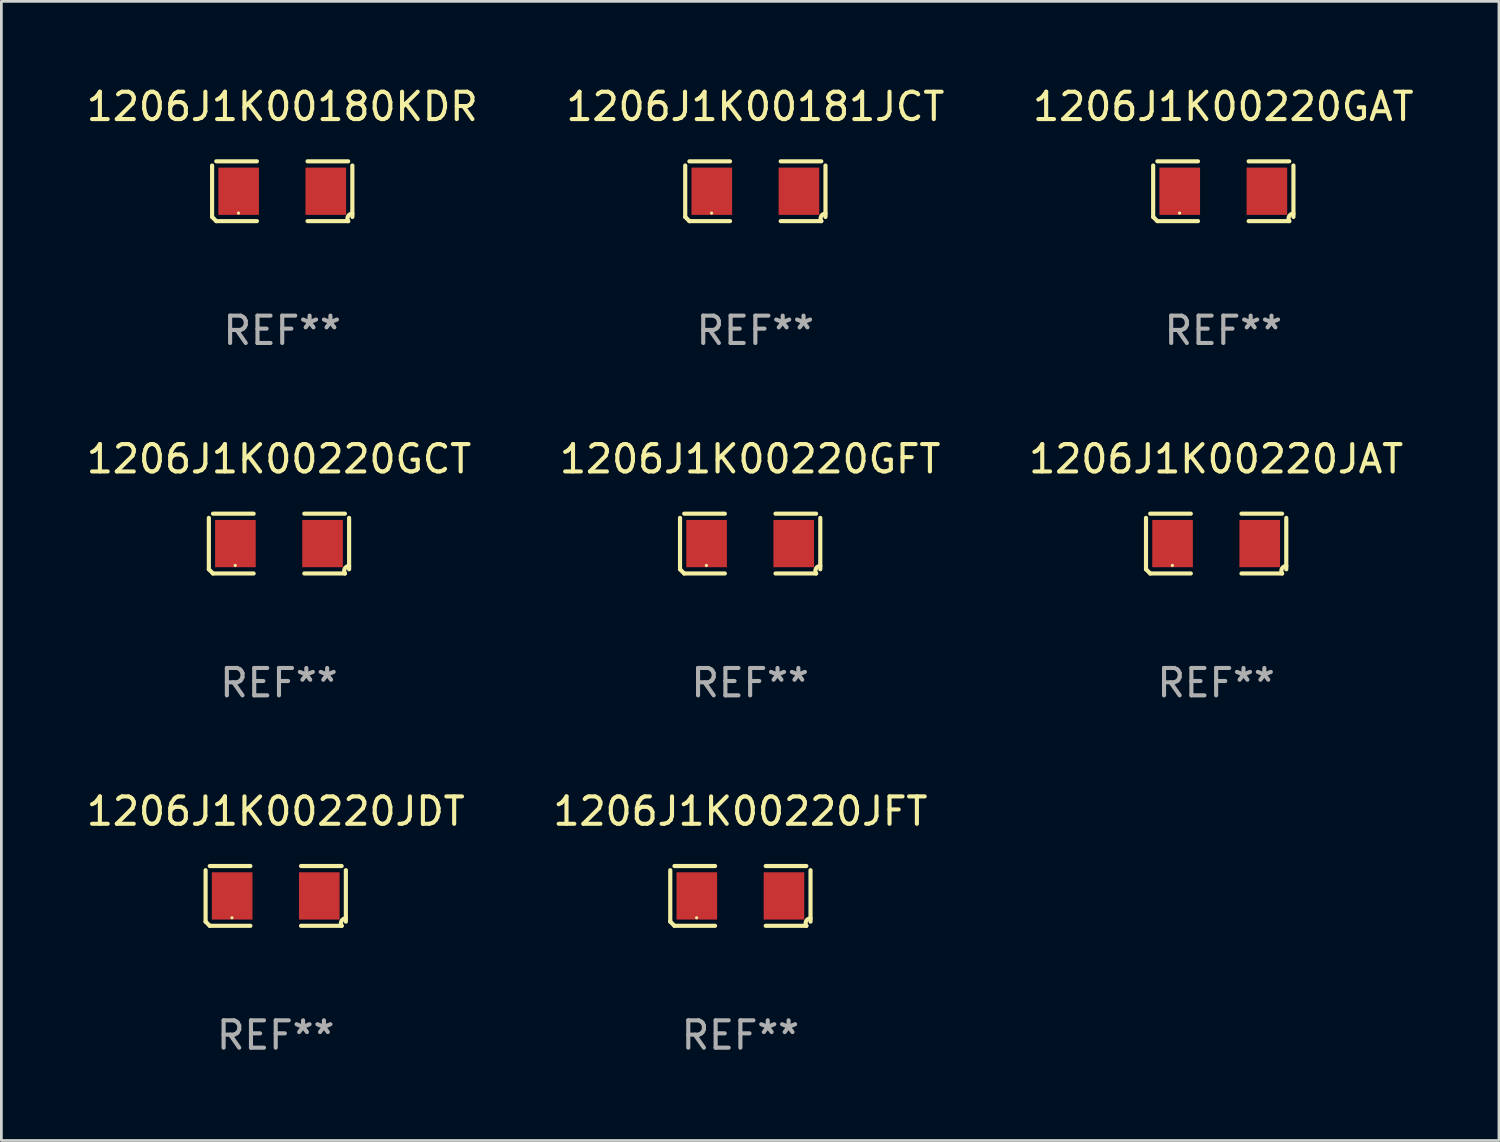
<source format=kicad_pcb>
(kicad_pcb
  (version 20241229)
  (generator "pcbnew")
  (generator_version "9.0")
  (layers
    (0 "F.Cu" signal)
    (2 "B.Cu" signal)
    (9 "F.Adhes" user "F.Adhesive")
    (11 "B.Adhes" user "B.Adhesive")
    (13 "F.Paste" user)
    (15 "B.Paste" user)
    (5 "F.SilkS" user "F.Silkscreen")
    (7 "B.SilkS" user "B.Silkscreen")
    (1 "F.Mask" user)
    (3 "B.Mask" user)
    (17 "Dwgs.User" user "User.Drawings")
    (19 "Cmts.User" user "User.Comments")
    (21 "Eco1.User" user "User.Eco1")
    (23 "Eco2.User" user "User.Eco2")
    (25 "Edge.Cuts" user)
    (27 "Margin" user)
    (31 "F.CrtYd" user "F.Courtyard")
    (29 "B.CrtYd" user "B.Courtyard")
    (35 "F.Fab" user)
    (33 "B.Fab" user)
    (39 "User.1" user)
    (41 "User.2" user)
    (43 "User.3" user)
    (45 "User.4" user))
  (footprint "1206J1K00220GCT"
    (layer "F.Cu")
    (at 7.149 16.823)
    (property "Reference" "1206J1K00220GCT" (at 0 -3.093 0) (layer "F.SilkS") (effects (font (size 1 1) (thickness 0.15))))
    (attr through_hole)
    (fp_line (start -2.564 0.94) (end -2.564 -0.94) (stroke (width 0.152) (type solid)) (layer "F.SilkS"))
    (fp_line (start -2.411 -1.093) (end -0.926 -1.093) (stroke (width 0.152) (type solid)) (layer "F.SilkS"))
    (fp_line (start -0.926 1.093) (end -2.411 1.093) (stroke (width 0.152) (type solid)) (layer "F.SilkS"))
    (fp_line (start 0.926 1.093) (end 2.411 1.093) (stroke (width 0.152) (type solid)) (layer "F.SilkS"))
    (fp_line (start 2.411 -1.093) (end 0.926 -1.093) (stroke (width 0.152) (type solid)) (layer "F.SilkS"))
    (fp_line (start 2.564 0.94) (end 2.564 -0.94) (stroke (width 0.152) (type solid)) (layer "F.SilkS"))
    (fp_arc (start -2.411201 1.092609) (mid -2.487413 1.01642) (end -2.563602 0.940208) (stroke (width 0.1524) (type solid)) (layer "F.SilkS"))
    (fp_arc (start 2.411201 1.092609) (mid 2.407159 0.911226) (end 2.563602 0.819347) (stroke (width 0.1524) (type solid)) (layer "F.SilkS"))
    (fp_circle (center -1.6 0.8) (end -1.57 0.8) (stroke (width 0.06) (type solid)) (fill no) (layer "F.SilkS"))
    (fp_text user "REF**" (at 0 5.093 0) (layer "F.Fab") (effects (font (size 1 1) (thickness 0.15))))
    (pad "1" smd rect (at -1.593 0) (size 1.485 1.728) (layers "F.Cu" "F.Mask" "F.Paste"))
    (pad "2" smd rect (at 1.593 0) (size 1.485 1.728) (layers "F.Cu" "F.Mask" "F.Paste")))
  (footprint "1206J1K00220GAT"
    (layer "F.Cu")
    (at 41.673 3.941)
    (property "Reference" "1206J1K00220GAT" (at 0 -3.093 0) (layer "F.SilkS") (effects (font (size 1 1) (thickness 0.15))))
    (attr through_hole)
    (fp_line (start -2.564 0.94) (end -2.564 -0.94) (stroke (width 0.152) (type solid)) (layer "F.SilkS"))
    (fp_line (start -2.411 -1.093) (end -0.926 -1.093) (stroke (width 0.152) (type solid)) (layer "F.SilkS"))
    (fp_line (start -0.926 1.093) (end -2.411 1.093) (stroke (width 0.152) (type solid)) (layer "F.SilkS"))
    (fp_line (start 0.926 1.093) (end 2.411 1.093) (stroke (width 0.152) (type solid)) (layer "F.SilkS"))
    (fp_line (start 2.411 -1.093) (end 0.926 -1.093) (stroke (width 0.152) (type solid)) (layer "F.SilkS"))
    (fp_line (start 2.564 0.94) (end 2.564 -0.94) (stroke (width 0.152) (type solid)) (layer "F.SilkS"))
    (fp_arc (start -2.411201 1.092609) (mid -2.487413 1.01642) (end -2.563602 0.940208) (stroke (width 0.1524) (type solid)) (layer "F.SilkS"))
    (fp_arc (start 2.411201 1.092609) (mid 2.407159 0.911226) (end 2.563602 0.819347) (stroke (width 0.1524) (type solid)) (layer "F.SilkS"))
    (fp_circle (center -1.6 0.8) (end -1.57 0.8) (stroke (width 0.06) (type solid)) (fill no) (layer "F.SilkS"))
    (fp_text user "REF**" (at 0 5.093 0) (layer "F.Fab") (effects (font (size 1 1) (thickness 0.15))))
    (pad "1" smd rect (at -1.593 0) (size 1.485 1.728) (layers "F.Cu" "F.Mask" "F.Paste"))
    (pad "2" smd rect (at 1.593 0) (size 1.485 1.728) (layers "F.Cu" "F.Mask" "F.Paste")))
  (footprint "1206J1K00181JCT"
    (layer "F.Cu")
    (at 24.565 3.941)
    (property "Reference" "1206J1K00181JCT" (at 0 -3.093 0) (layer "F.SilkS") (effects (font (size 1 1) (thickness 0.15))))
    (attr through_hole)
    (fp_line (start -2.564 0.94) (end -2.564 -0.94) (stroke (width 0.152) (type solid)) (layer "F.SilkS"))
    (fp_line (start -2.411 -1.093) (end -0.926 -1.093) (stroke (width 0.152) (type solid)) (layer "F.SilkS"))
    (fp_line (start -0.926 1.093) (end -2.411 1.093) (stroke (width 0.152) (type solid)) (layer "F.SilkS"))
    (fp_line (start 0.926 1.093) (end 2.411 1.093) (stroke (width 0.152) (type solid)) (layer "F.SilkS"))
    (fp_line (start 2.411 -1.093) (end 0.926 -1.093) (stroke (width 0.152) (type solid)) (layer "F.SilkS"))
    (fp_line (start 2.564 0.94) (end 2.564 -0.94) (stroke (width 0.152) (type solid)) (layer "F.SilkS"))
    (fp_arc (start -2.411201 1.092609) (mid -2.487413 1.01642) (end -2.563602 0.940208) (stroke (width 0.1524) (type solid)) (layer "F.SilkS"))
    (fp_arc (start 2.411201 1.092609) (mid 2.407159 0.911226) (end 2.563602 0.819347) (stroke (width 0.1524) (type solid)) (layer "F.SilkS"))
    (fp_circle (center -1.6 0.8) (end -1.57 0.8) (stroke (width 0.06) (type solid)) (fill no) (layer "F.SilkS"))
    (fp_text user "REF**" (at 0 5.093 0) (layer "F.Fab") (effects (font (size 1 1) (thickness 0.15))))
    (pad "1" smd rect (at -1.593 0) (size 1.485 1.728) (layers "F.Cu" "F.Mask" "F.Paste"))
    (pad "2" smd rect (at 1.593 0) (size 1.485 1.728) (layers "F.Cu" "F.Mask" "F.Paste")))
  (footprint "1206J1K00180KDR"
    (layer "F.Cu")
    (at 7.268 3.941)
    (property "Reference" "1206J1K00180KDR" (at 0 -3.093 0) (layer "F.SilkS") (effects (font (size 1 1) (thickness 0.15))))
    (attr through_hole)
    (fp_line (start -2.564 0.94) (end -2.564 -0.94) (stroke (width 0.152) (type solid)) (layer "F.SilkS"))
    (fp_line (start -2.411 -1.093) (end -0.926 -1.093) (stroke (width 0.152) (type solid)) (layer "F.SilkS"))
    (fp_line (start -0.926 1.093) (end -2.411 1.093) (stroke (width 0.152) (type solid)) (layer "F.SilkS"))
    (fp_line (start 0.926 1.093) (end 2.411 1.093) (stroke (width 0.152) (type solid)) (layer "F.SilkS"))
    (fp_line (start 2.411 -1.093) (end 0.926 -1.093) (stroke (width 0.152) (type solid)) (layer "F.SilkS"))
    (fp_line (start 2.564 0.94) (end 2.564 -0.94) (stroke (width 0.152) (type solid)) (layer "F.SilkS"))
    (fp_arc (start -2.411201 1.092609) (mid -2.487413 1.01642) (end -2.563602 0.940208) (stroke (width 0.1524) (type solid)) (layer "F.SilkS"))
    (fp_arc (start 2.411201 1.092609) (mid 2.407159 0.911226) (end 2.563602 0.819347) (stroke (width 0.1524) (type solid)) (layer "F.SilkS"))
    (fp_circle (center -1.6 0.8) (end -1.57 0.8) (stroke (width 0.06) (type solid)) (fill no) (layer "F.SilkS"))
    (fp_text user "REF**" (at 0 5.093 0) (layer "F.Fab") (effects (font (size 1 1) (thickness 0.15))))
    (pad "1" smd rect (at -1.593 0) (size 1.485 1.728) (layers "F.Cu" "F.Mask" "F.Paste"))
    (pad "2" smd rect (at 1.593 0) (size 1.485 1.728) (layers "F.Cu" "F.Mask" "F.Paste")))
  (footprint "1206J1K00220GFT"
    (layer "F.Cu")
    (at 24.375 16.823)
    (property "Reference" "1206J1K00220GFT" (at 0 -3.093 0) (layer "F.SilkS") (effects (font (size 1 1) (thickness 0.15))))
    (attr through_hole)
    (fp_line (start -2.564 0.94) (end -2.564 -0.94) (stroke (width 0.152) (type solid)) (layer "F.SilkS"))
    (fp_line (start -2.411 -1.093) (end -0.926 -1.093) (stroke (width 0.152) (type solid)) (layer "F.SilkS"))
    (fp_line (start -0.926 1.093) (end -2.411 1.093) (stroke (width 0.152) (type solid)) (layer "F.SilkS"))
    (fp_line (start 0.926 1.093) (end 2.411 1.093) (stroke (width 0.152) (type solid)) (layer "F.SilkS"))
    (fp_line (start 2.411 -1.093) (end 0.926 -1.093) (stroke (width 0.152) (type solid)) (layer "F.SilkS"))
    (fp_line (start 2.564 0.94) (end 2.564 -0.94) (stroke (width 0.152) (type solid)) (layer "F.SilkS"))
    (fp_arc (start -2.411201 1.092609) (mid -2.487413 1.01642) (end -2.563602 0.940208) (stroke (width 0.1524) (type solid)) (layer "F.SilkS"))
    (fp_arc (start 2.411201 1.092609) (mid 2.407159 0.911226) (end 2.563602 0.819347) (stroke (width 0.1524) (type solid)) (layer "F.SilkS"))
    (fp_circle (center -1.6 0.8) (end -1.57 0.8) (stroke (width 0.06) (type solid)) (fill no) (layer "F.SilkS"))
    (fp_text user "REF**" (at 0 5.093 0) (layer "F.Fab") (effects (font (size 1 1) (thickness 0.15))))
    (pad "1" smd rect (at -1.593 0) (size 1.485 1.728) (layers "F.Cu" "F.Mask" "F.Paste"))
    (pad "2" smd rect (at 1.593 0) (size 1.485 1.728) (layers "F.Cu" "F.Mask" "F.Paste")))
  (footprint "1206J1K00220JAT"
    (layer "F.Cu")
    (at 41.411 16.823)
    (property "Reference" "1206J1K00220JAT" (at 0 -3.093 0) (layer "F.SilkS") (effects (font (size 1 1) (thickness 0.15))))
    (attr through_hole)
    (fp_line (start -2.564 0.94) (end -2.564 -0.94) (stroke (width 0.152) (type solid)) (layer "F.SilkS"))
    (fp_line (start -2.411 -1.093) (end -0.926 -1.093) (stroke (width 0.152) (type solid)) (layer "F.SilkS"))
    (fp_line (start -0.926 1.093) (end -2.411 1.093) (stroke (width 0.152) (type solid)) (layer "F.SilkS"))
    (fp_line (start 0.926 1.093) (end 2.411 1.093) (stroke (width 0.152) (type solid)) (layer "F.SilkS"))
    (fp_line (start 2.411 -1.093) (end 0.926 -1.093) (stroke (width 0.152) (type solid)) (layer "F.SilkS"))
    (fp_line (start 2.564 0.94) (end 2.564 -0.94) (stroke (width 0.152) (type solid)) (layer "F.SilkS"))
    (fp_arc (start -2.411201 1.092609) (mid -2.487413 1.01642) (end -2.563602 0.940208) (stroke (width 0.1524) (type solid)) (layer "F.SilkS"))
    (fp_arc (start 2.411201 1.092609) (mid 2.407159 0.911226) (end 2.563602 0.819347) (stroke (width 0.1524) (type solid)) (layer "F.SilkS"))
    (fp_circle (center -1.6 0.8) (end -1.57 0.8) (stroke (width 0.06) (type solid)) (fill no) (layer "F.SilkS"))
    (fp_text user "REF**" (at 0 5.093 0) (layer "F.Fab") (effects (font (size 1 1) (thickness 0.15))))
    (pad "1" smd rect (at -1.593 0) (size 1.485 1.728) (layers "F.Cu" "F.Mask" "F.Paste"))
    (pad "2" smd rect (at 1.593 0) (size 1.485 1.728) (layers "F.Cu" "F.Mask" "F.Paste")))
  (footprint "1206J1K00220JFT"
    (layer "F.Cu")
    (at 24.018 29.704)
    (property "Reference" "1206J1K00220JFT" (at 0 -3.093 0) (layer "F.SilkS") (effects (font (size 1 1) (thickness 0.15))))
    (attr through_hole)
    (fp_line (start -2.564 0.94) (end -2.564 -0.94) (stroke (width 0.152) (type solid)) (layer "F.SilkS"))
    (fp_line (start -2.411 -1.093) (end -0.926 -1.093) (stroke (width 0.152) (type solid)) (layer "F.SilkS"))
    (fp_line (start -0.926 1.093) (end -2.411 1.093) (stroke (width 0.152) (type solid)) (layer "F.SilkS"))
    (fp_line (start 0.926 1.093) (end 2.411 1.093) (stroke (width 0.152) (type solid)) (layer "F.SilkS"))
    (fp_line (start 2.411 -1.093) (end 0.926 -1.093) (stroke (width 0.152) (type solid)) (layer "F.SilkS"))
    (fp_line (start 2.564 0.94) (end 2.564 -0.94) (stroke (width 0.152) (type solid)) (layer "F.SilkS"))
    (fp_arc (start -2.411201 1.092609) (mid -2.487413 1.01642) (end -2.563602 0.940208) (stroke (width 0.1524) (type solid)) (layer "F.SilkS"))
    (fp_arc (start 2.411201 1.092609) (mid 2.407159 0.911226) (end 2.563602 0.819347) (stroke (width 0.1524) (type solid)) (layer "F.SilkS"))
    (fp_circle (center -1.6 0.8) (end -1.57 0.8) (stroke (width 0.06) (type solid)) (fill no) (layer "F.SilkS"))
    (fp_text user "REF**" (at 0 5.093 0) (layer "F.Fab") (effects (font (size 1 1) (thickness 0.15))))
    (pad "1" smd rect (at -1.593 0) (size 1.485 1.728) (layers "F.Cu" "F.Mask" "F.Paste"))
    (pad "2" smd rect (at 1.593 0) (size 1.485 1.728) (layers "F.Cu" "F.Mask" "F.Paste")))
  (footprint "1206J1K00220JDT"
    (layer "F.Cu")
    (at 7.03 29.704)
    (property "Reference" "1206J1K00220JDT" (at 0 -3.093 0) (layer "F.SilkS") (effects (font (size 1 1) (thickness 0.15))))
    (attr through_hole)
    (fp_line (start -2.564 0.94) (end -2.564 -0.94) (stroke (width 0.152) (type solid)) (layer "F.SilkS"))
    (fp_line (start -2.411 -1.093) (end -0.926 -1.093) (stroke (width 0.152) (type solid)) (layer "F.SilkS"))
    (fp_line (start -0.926 1.093) (end -2.411 1.093) (stroke (width 0.152) (type solid)) (layer "F.SilkS"))
    (fp_line (start 0.926 1.093) (end 2.411 1.093) (stroke (width 0.152) (type solid)) (layer "F.SilkS"))
    (fp_line (start 2.411 -1.093) (end 0.926 -1.093) (stroke (width 0.152) (type solid)) (layer "F.SilkS"))
    (fp_line (start 2.564 0.94) (end 2.564 -0.94) (stroke (width 0.152) (type solid)) (layer "F.SilkS"))
    (fp_arc (start -2.411201 1.092609) (mid -2.487413 1.01642) (end -2.563602 0.940208) (stroke (width 0.1524) (type solid)) (layer "F.SilkS"))
    (fp_arc (start 2.411201 1.092609) (mid 2.407159 0.911226) (end 2.563602 0.819347) (stroke (width 0.1524) (type solid)) (layer "F.SilkS"))
    (fp_circle (center -1.6 0.8) (end -1.57 0.8) (stroke (width 0.06) (type solid)) (fill no) (layer "F.SilkS"))
    (fp_text user "REF**" (at 0 5.093 0) (layer "F.Fab") (effects (font (size 1 1) (thickness 0.15))))
    (pad "1" smd rect (at -1.593 0) (size 1.485 1.728) (layers "F.Cu" "F.Mask" "F.Paste"))
    (pad "2" smd rect (at 1.593 0) (size 1.485 1.728) (layers "F.Cu" "F.Mask" "F.Paste")))
  (gr_rect
    (start -3 -3)
    (end 51.75 38.645)
    (stroke (width 0.1) (type default))
    (fill no)
    (layer "Edge.Cuts")))
</source>
